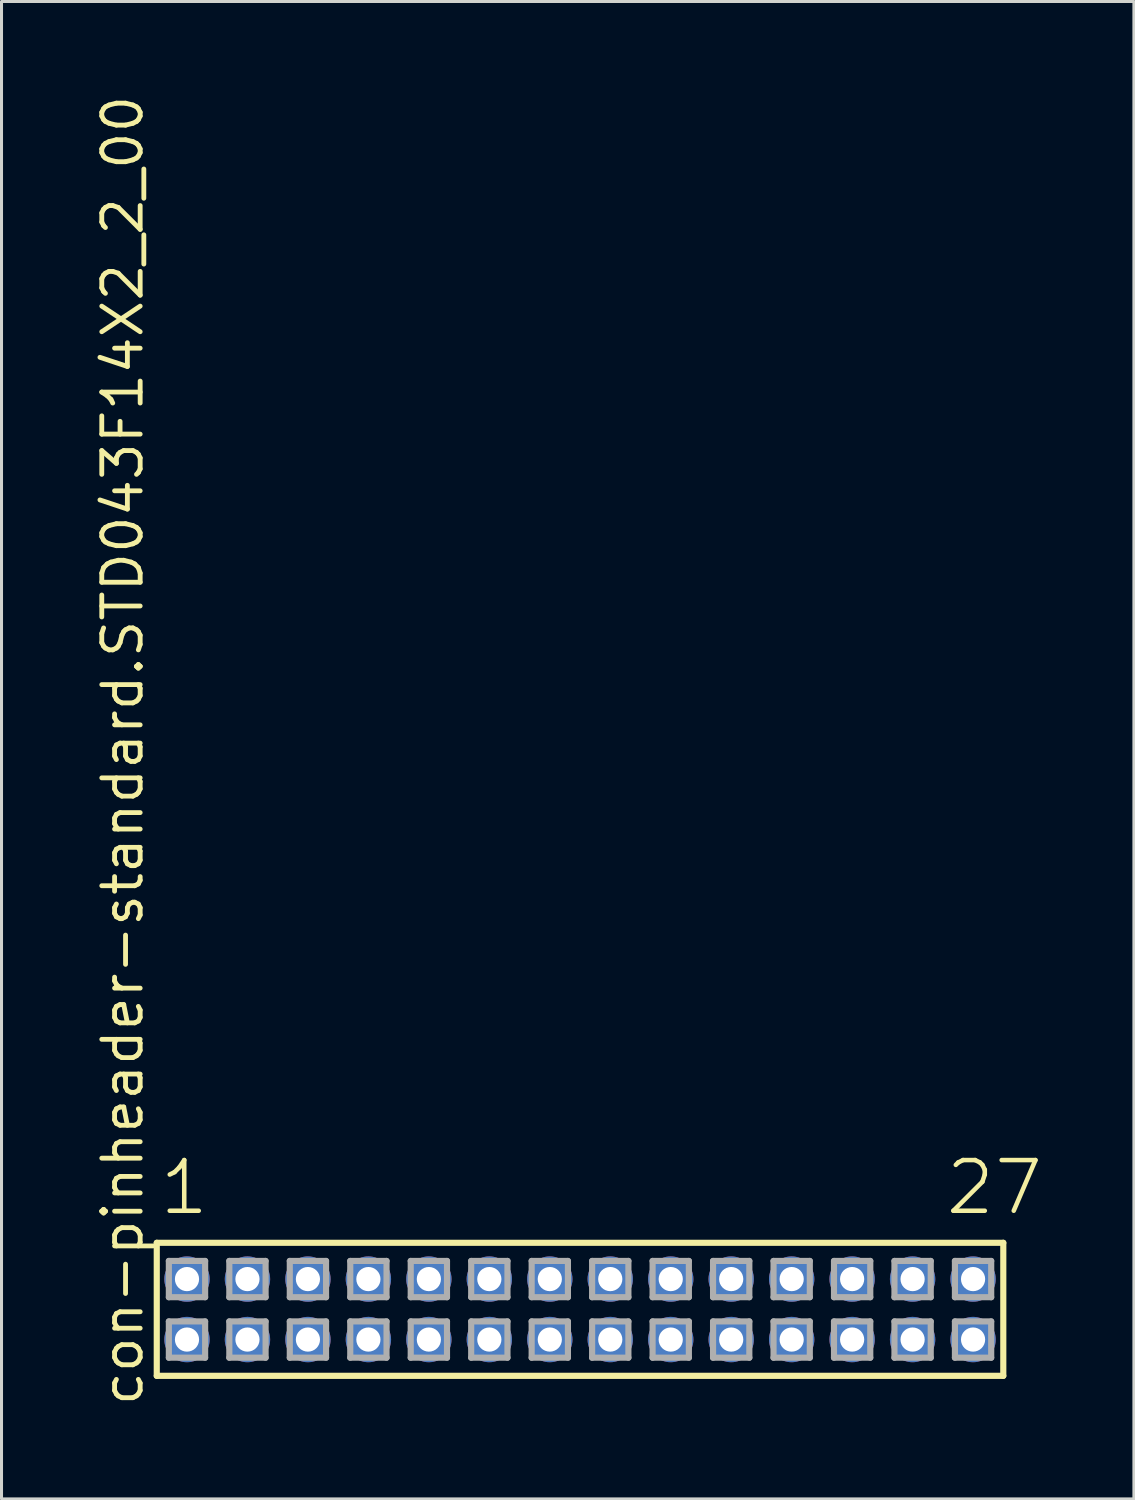
<source format=kicad_pcb>
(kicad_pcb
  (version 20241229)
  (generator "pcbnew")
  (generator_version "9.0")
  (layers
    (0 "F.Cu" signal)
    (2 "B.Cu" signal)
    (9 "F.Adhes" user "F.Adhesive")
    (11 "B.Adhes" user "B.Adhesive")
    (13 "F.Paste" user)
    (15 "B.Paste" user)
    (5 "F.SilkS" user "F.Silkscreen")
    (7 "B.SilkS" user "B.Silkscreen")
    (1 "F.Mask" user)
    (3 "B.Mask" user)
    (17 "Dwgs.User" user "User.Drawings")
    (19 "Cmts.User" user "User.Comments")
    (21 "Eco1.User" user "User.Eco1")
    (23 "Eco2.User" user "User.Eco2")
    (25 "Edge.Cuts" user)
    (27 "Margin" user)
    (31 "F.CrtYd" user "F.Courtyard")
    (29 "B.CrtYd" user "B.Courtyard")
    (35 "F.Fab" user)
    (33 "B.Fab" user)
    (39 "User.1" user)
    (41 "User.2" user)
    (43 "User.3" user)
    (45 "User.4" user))
  (footprint "con-pinheader-standard.STD043F14X2_2_00"
    (layer "F.Cu")
    (at 16.135 40.257)
    (property "Reference" "con-pinheader-standard.STD043F14X2_2_00" (at -14.385 3.27 90) (layer "F.SilkS") (effects (font (size 1.27 1.27) (thickness 0.16)) (justify left bottom)))
    (attr through_hole)
    (fp_line (start -14 -2.2) (end 14 -2.2) (stroke (width 0.203) (type default)) (layer "F.SilkS"))
    (fp_line (start -14 2.2) (end -14 -2.2) (stroke (width 0.203) (type default)) (layer "F.SilkS"))
    (fp_line (start 14 -2.2) (end 14 2.2) (stroke (width 0.203) (type default)) (layer "F.SilkS"))
    (fp_line (start 14 2.2) (end -14 2.2) (stroke (width 0.203) (type default)) (layer "F.SilkS"))
    (fp_line (start -13.6 -1.6) (end -12.4 -1.6) (stroke (width 0.203) (type default)) (layer "F.Fab"))
    (fp_line (start -13.6 -0.4) (end -13.6 -1.6) (stroke (width 0.203) (type default)) (layer "F.Fab"))
    (fp_line (start -13.6 0.4) (end -12.4 0.4) (stroke (width 0.203) (type default)) (layer "F.Fab"))
    (fp_line (start -13.6 1.6) (end -13.6 0.4) (stroke (width 0.203) (type default)) (layer "F.Fab"))
    (fp_line (start -12.4 -1.6) (end -12.4 -0.4) (stroke (width 0.203) (type default)) (layer "F.Fab"))
    (fp_line (start -12.4 -0.4) (end -13.6 -0.4) (stroke (width 0.203) (type default)) (layer "F.Fab"))
    (fp_line (start -12.4 0.4) (end -12.4 1.6) (stroke (width 0.203) (type default)) (layer "F.Fab"))
    (fp_line (start -12.4 1.6) (end -13.6 1.6) (stroke (width 0.203) (type default)) (layer "F.Fab"))
    (fp_line (start -11.6 -1.6) (end -10.4 -1.6) (stroke (width 0.203) (type default)) (layer "F.Fab"))
    (fp_line (start -11.6 -0.4) (end -11.6 -1.6) (stroke (width 0.203) (type default)) (layer "F.Fab"))
    (fp_line (start -11.6 0.4) (end -10.4 0.4) (stroke (width 0.203) (type default)) (layer "F.Fab"))
    (fp_line (start -11.6 1.6) (end -11.6 0.4) (stroke (width 0.203) (type default)) (layer "F.Fab"))
    (fp_line (start -10.4 -1.6) (end -10.4 -0.4) (stroke (width 0.203) (type default)) (layer "F.Fab"))
    (fp_line (start -10.4 -0.4) (end -11.6 -0.4) (stroke (width 0.203) (type default)) (layer "F.Fab"))
    (fp_line (start -10.4 0.4) (end -10.4 1.6) (stroke (width 0.203) (type default)) (layer "F.Fab"))
    (fp_line (start -10.4 1.6) (end -11.6 1.6) (stroke (width 0.203) (type default)) (layer "F.Fab"))
    (fp_line (start -9.6 -1.6) (end -8.4 -1.6) (stroke (width 0.203) (type default)) (layer "F.Fab"))
    (fp_line (start -9.6 -0.4) (end -9.6 -1.6) (stroke (width 0.203) (type default)) (layer "F.Fab"))
    (fp_line (start -9.6 0.4) (end -8.4 0.4) (stroke (width 0.203) (type default)) (layer "F.Fab"))
    (fp_line (start -9.6 1.6) (end -9.6 0.4) (stroke (width 0.203) (type default)) (layer "F.Fab"))
    (fp_line (start -8.4 -1.6) (end -8.4 -0.4) (stroke (width 0.203) (type default)) (layer "F.Fab"))
    (fp_line (start -8.4 -0.4) (end -9.6 -0.4) (stroke (width 0.203) (type default)) (layer "F.Fab"))
    (fp_line (start -8.4 0.4) (end -8.4 1.6) (stroke (width 0.203) (type default)) (layer "F.Fab"))
    (fp_line (start -8.4 1.6) (end -9.6 1.6) (stroke (width 0.203) (type default)) (layer "F.Fab"))
    (fp_line (start -7.6 -1.6) (end -6.4 -1.6) (stroke (width 0.203) (type default)) (layer "F.Fab"))
    (fp_line (start -7.6 -0.4) (end -7.6 -1.6) (stroke (width 0.203) (type default)) (layer "F.Fab"))
    (fp_line (start -7.6 0.4) (end -6.4 0.4) (stroke (width 0.203) (type default)) (layer "F.Fab"))
    (fp_line (start -7.6 1.6) (end -7.6 0.4) (stroke (width 0.203) (type default)) (layer "F.Fab"))
    (fp_line (start -6.4 -1.6) (end -6.4 -0.4) (stroke (width 0.203) (type default)) (layer "F.Fab"))
    (fp_line (start -6.4 -0.4) (end -7.6 -0.4) (stroke (width 0.203) (type default)) (layer "F.Fab"))
    (fp_line (start -6.4 0.4) (end -6.4 1.6) (stroke (width 0.203) (type default)) (layer "F.Fab"))
    (fp_line (start -6.4 1.6) (end -7.6 1.6) (stroke (width 0.203) (type default)) (layer "F.Fab"))
    (fp_line (start -5.6 -1.6) (end -4.4 -1.6) (stroke (width 0.203) (type default)) (layer "F.Fab"))
    (fp_line (start -5.6 -0.4) (end -5.6 -1.6) (stroke (width 0.203) (type default)) (layer "F.Fab"))
    (fp_line (start -5.6 0.4) (end -4.4 0.4) (stroke (width 0.203) (type default)) (layer "F.Fab"))
    (fp_line (start -5.6 1.6) (end -5.6 0.4) (stroke (width 0.203) (type default)) (layer "F.Fab"))
    (fp_line (start -4.4 -1.6) (end -4.4 -0.4) (stroke (width 0.203) (type default)) (layer "F.Fab"))
    (fp_line (start -4.4 -0.4) (end -5.6 -0.4) (stroke (width 0.203) (type default)) (layer "F.Fab"))
    (fp_line (start -4.4 0.4) (end -4.4 1.6) (stroke (width 0.203) (type default)) (layer "F.Fab"))
    (fp_line (start -4.4 1.6) (end -5.6 1.6) (stroke (width 0.203) (type default)) (layer "F.Fab"))
    (fp_line (start -3.6 -1.6) (end -2.4 -1.6) (stroke (width 0.203) (type default)) (layer "F.Fab"))
    (fp_line (start -3.6 -0.4) (end -3.6 -1.6) (stroke (width 0.203) (type default)) (layer "F.Fab"))
    (fp_line (start -3.6 0.4) (end -2.4 0.4) (stroke (width 0.203) (type default)) (layer "F.Fab"))
    (fp_line (start -3.6 1.6) (end -3.6 0.4) (stroke (width 0.203) (type default)) (layer "F.Fab"))
    (fp_line (start -2.4 -1.6) (end -2.4 -0.4) (stroke (width 0.203) (type default)) (layer "F.Fab"))
    (fp_line (start -2.4 -0.4) (end -3.6 -0.4) (stroke (width 0.203) (type default)) (layer "F.Fab"))
    (fp_line (start -2.4 0.4) (end -2.4 1.6) (stroke (width 0.203) (type default)) (layer "F.Fab"))
    (fp_line (start -2.4 1.6) (end -3.6 1.6) (stroke (width 0.203) (type default)) (layer "F.Fab"))
    (fp_line (start -1.6 -1.6) (end -0.4 -1.6) (stroke (width 0.203) (type default)) (layer "F.Fab"))
    (fp_line (start -1.6 -0.4) (end -1.6 -1.6) (stroke (width 0.203) (type default)) (layer "F.Fab"))
    (fp_line (start -1.6 0.4) (end -0.4 0.4) (stroke (width 0.203) (type default)) (layer "F.Fab"))
    (fp_line (start -1.6 1.6) (end -1.6 0.4) (stroke (width 0.203) (type default)) (layer "F.Fab"))
    (fp_line (start -0.4 -1.6) (end -0.4 -0.4) (stroke (width 0.203) (type default)) (layer "F.Fab"))
    (fp_line (start -0.4 -0.4) (end -1.6 -0.4) (stroke (width 0.203) (type default)) (layer "F.Fab"))
    (fp_line (start -0.4 0.4) (end -0.4 1.6) (stroke (width 0.203) (type default)) (layer "F.Fab"))
    (fp_line (start -0.4 1.6) (end -1.6 1.6) (stroke (width 0.203) (type default)) (layer "F.Fab"))
    (fp_line (start 0.4 -1.6) (end 1.6 -1.6) (stroke (width 0.203) (type default)) (layer "F.Fab"))
    (fp_line (start 0.4 -0.4) (end 0.4 -1.6) (stroke (width 0.203) (type default)) (layer "F.Fab"))
    (fp_line (start 0.4 0.4) (end 1.6 0.4) (stroke (width 0.203) (type default)) (layer "F.Fab"))
    (fp_line (start 0.4 1.6) (end 0.4 0.4) (stroke (width 0.203) (type default)) (layer "F.Fab"))
    (fp_line (start 1.6 -1.6) (end 1.6 -0.4) (stroke (width 0.203) (type default)) (layer "F.Fab"))
    (fp_line (start 1.6 -0.4) (end 0.4 -0.4) (stroke (width 0.203) (type default)) (layer "F.Fab"))
    (fp_line (start 1.6 0.4) (end 1.6 1.6) (stroke (width 0.203) (type default)) (layer "F.Fab"))
    (fp_line (start 1.6 1.6) (end 0.4 1.6) (stroke (width 0.203) (type default)) (layer "F.Fab"))
    (fp_line (start 2.4 -1.6) (end 3.6 -1.6) (stroke (width 0.203) (type default)) (layer "F.Fab"))
    (fp_line (start 2.4 -0.4) (end 2.4 -1.6) (stroke (width 0.203) (type default)) (layer "F.Fab"))
    (fp_line (start 2.4 0.4) (end 3.6 0.4) (stroke (width 0.203) (type default)) (layer "F.Fab"))
    (fp_line (start 2.4 1.6) (end 2.4 0.4) (stroke (width 0.203) (type default)) (layer "F.Fab"))
    (fp_line (start 3.6 -1.6) (end 3.6 -0.4) (stroke (width 0.203) (type default)) (layer "F.Fab"))
    (fp_line (start 3.6 -0.4) (end 2.4 -0.4) (stroke (width 0.203) (type default)) (layer "F.Fab"))
    (fp_line (start 3.6 0.4) (end 3.6 1.6) (stroke (width 0.203) (type default)) (layer "F.Fab"))
    (fp_line (start 3.6 1.6) (end 2.4 1.6) (stroke (width 0.203) (type default)) (layer "F.Fab"))
    (fp_line (start 4.4 -1.6) (end 5.6 -1.6) (stroke (width 0.203) (type default)) (layer "F.Fab"))
    (fp_line (start 4.4 -0.4) (end 4.4 -1.6) (stroke (width 0.203) (type default)) (layer "F.Fab"))
    (fp_line (start 4.4 0.4) (end 5.6 0.4) (stroke (width 0.203) (type default)) (layer "F.Fab"))
    (fp_line (start 4.4 1.6) (end 4.4 0.4) (stroke (width 0.203) (type default)) (layer "F.Fab"))
    (fp_line (start 5.6 -1.6) (end 5.6 -0.4) (stroke (width 0.203) (type default)) (layer "F.Fab"))
    (fp_line (start 5.6 -0.4) (end 4.4 -0.4) (stroke (width 0.203) (type default)) (layer "F.Fab"))
    (fp_line (start 5.6 0.4) (end 5.6 1.6) (stroke (width 0.203) (type default)) (layer "F.Fab"))
    (fp_line (start 5.6 1.6) (end 4.4 1.6) (stroke (width 0.203) (type default)) (layer "F.Fab"))
    (fp_line (start 6.4 -1.6) (end 7.6 -1.6) (stroke (width 0.203) (type default)) (layer "F.Fab"))
    (fp_line (start 6.4 -0.4) (end 6.4 -1.6) (stroke (width 0.203) (type default)) (layer "F.Fab"))
    (fp_line (start 6.4 0.4) (end 7.6 0.4) (stroke (width 0.203) (type default)) (layer "F.Fab"))
    (fp_line (start 6.4 1.6) (end 6.4 0.4) (stroke (width 0.203) (type default)) (layer "F.Fab"))
    (fp_line (start 7.6 -1.6) (end 7.6 -0.4) (stroke (width 0.203) (type default)) (layer "F.Fab"))
    (fp_line (start 7.6 -0.4) (end 6.4 -0.4) (stroke (width 0.203) (type default)) (layer "F.Fab"))
    (fp_line (start 7.6 0.4) (end 7.6 1.6) (stroke (width 0.203) (type default)) (layer "F.Fab"))
    (fp_line (start 7.6 1.6) (end 6.4 1.6) (stroke (width 0.203) (type default)) (layer "F.Fab"))
    (fp_line (start 8.4 -1.6) (end 9.6 -1.6) (stroke (width 0.203) (type default)) (layer "F.Fab"))
    (fp_line (start 8.4 -0.4) (end 8.4 -1.6) (stroke (width 0.203) (type default)) (layer "F.Fab"))
    (fp_line (start 8.4 0.4) (end 9.6 0.4) (stroke (width 0.203) (type default)) (layer "F.Fab"))
    (fp_line (start 8.4 1.6) (end 8.4 0.4) (stroke (width 0.203) (type default)) (layer "F.Fab"))
    (fp_line (start 9.6 -1.6) (end 9.6 -0.4) (stroke (width 0.203) (type default)) (layer "F.Fab"))
    (fp_line (start 9.6 -0.4) (end 8.4 -0.4) (stroke (width 0.203) (type default)) (layer "F.Fab"))
    (fp_line (start 9.6 0.4) (end 9.6 1.6) (stroke (width 0.203) (type default)) (layer "F.Fab"))
    (fp_line (start 9.6 1.6) (end 8.4 1.6) (stroke (width 0.203) (type default)) (layer "F.Fab"))
    (fp_line (start 10.4 -1.6) (end 11.6 -1.6) (stroke (width 0.203) (type default)) (layer "F.Fab"))
    (fp_line (start 10.4 -0.4) (end 10.4 -1.6) (stroke (width 0.203) (type default)) (layer "F.Fab"))
    (fp_line (start 10.4 0.4) (end 11.6 0.4) (stroke (width 0.203) (type default)) (layer "F.Fab"))
    (fp_line (start 10.4 1.6) (end 10.4 0.4) (stroke (width 0.203) (type default)) (layer "F.Fab"))
    (fp_line (start 11.6 -1.6) (end 11.6 -0.4) (stroke (width 0.203) (type default)) (layer "F.Fab"))
    (fp_line (start 11.6 -0.4) (end 10.4 -0.4) (stroke (width 0.203) (type default)) (layer "F.Fab"))
    (fp_line (start 11.6 0.4) (end 11.6 1.6) (stroke (width 0.203) (type default)) (layer "F.Fab"))
    (fp_line (start 11.6 1.6) (end 10.4 1.6) (stroke (width 0.203) (type default)) (layer "F.Fab"))
    (fp_line (start 12.4 -1.6) (end 13.6 -1.6) (stroke (width 0.203) (type default)) (layer "F.Fab"))
    (fp_line (start 12.4 -0.4) (end 12.4 -1.6) (stroke (width 0.203) (type default)) (layer "F.Fab"))
    (fp_line (start 12.4 0.4) (end 13.6 0.4) (stroke (width 0.203) (type default)) (layer "F.Fab"))
    (fp_line (start 12.4 1.6) (end 12.4 0.4) (stroke (width 0.203) (type default)) (layer "F.Fab"))
    (fp_line (start 13.6 -1.6) (end 13.6 -0.4) (stroke (width 0.203) (type default)) (layer "F.Fab"))
    (fp_line (start 13.6 -0.4) (end 12.4 -0.4) (stroke (width 0.203) (type default)) (layer "F.Fab"))
    (fp_line (start 13.6 0.4) (end 13.6 1.6) (stroke (width 0.203) (type default)) (layer "F.Fab"))
    (fp_line (start 13.6 1.6) (end 12.4 1.6) (stroke (width 0.203) (type default)) (layer "F.Fab"))
    (fp_text user "1" (at -13.988 -3.048 0) (layer "F.SilkS") (effects (font (size 1.676 1.676) (thickness 0.15)) (justify left bottom)))
    (fp_text user "27" (at 12.012 -3.048 0) (layer "F.SilkS") (effects (font (size 1.676 1.676) (thickness 0.15)) (justify left bottom)))
    (pad "1" thru_hole circle (at -13 -1) (size 1.5 1.5) (drill 0.8) (layers "*.Cu" "*.Mask"))
    (pad "2" thru_hole circle (at -13 1) (size 1.5 1.5) (drill 0.8) (layers "*.Cu" "*.Mask"))
    (pad "3" thru_hole circle (at -11 -1) (size 1.5 1.5) (drill 0.8) (layers "*.Cu" "*.Mask"))
    (pad "4" thru_hole circle (at -11 1) (size 1.5 1.5) (drill 0.8) (layers "*.Cu" "*.Mask"))
    (pad "5" thru_hole circle (at -9 -1) (size 1.5 1.5) (drill 0.8) (layers "*.Cu" "*.Mask"))
    (pad "6" thru_hole circle (at -9 1) (size 1.5 1.5) (drill 0.8) (layers "*.Cu" "*.Mask"))
    (pad "7" thru_hole circle (at -7 -1) (size 1.5 1.5) (drill 0.8) (layers "*.Cu" "*.Mask"))
    (pad "8" thru_hole circle (at -7 1) (size 1.5 1.5) (drill 0.8) (layers "*.Cu" "*.Mask"))
    (pad "9" thru_hole circle (at -5 -1) (size 1.5 1.5) (drill 0.8) (layers "*.Cu" "*.Mask"))
    (pad "10" thru_hole circle (at -5 1) (size 1.5 1.5) (drill 0.8) (layers "*.Cu" "*.Mask"))
    (pad "11" thru_hole circle (at -3 -1) (size 1.5 1.5) (drill 0.8) (layers "*.Cu" "*.Mask"))
    (pad "12" thru_hole circle (at -3 1) (size 1.5 1.5) (drill 0.8) (layers "*.Cu" "*.Mask"))
    (pad "13" thru_hole circle (at -1 -1) (size 1.5 1.5) (drill 0.8) (layers "*.Cu" "*.Mask"))
    (pad "14" thru_hole circle (at -1 1) (size 1.5 1.5) (drill 0.8) (layers "*.Cu" "*.Mask"))
    (pad "15" thru_hole circle (at 1 -1) (size 1.5 1.5) (drill 0.8) (layers "*.Cu" "*.Mask"))
    (pad "16" thru_hole circle (at 1 1) (size 1.5 1.5) (drill 0.8) (layers "*.Cu" "*.Mask"))
    (pad "17" thru_hole circle (at 3 -1) (size 1.5 1.5) (drill 0.8) (layers "*.Cu" "*.Mask"))
    (pad "18" thru_hole circle (at 3 1) (size 1.5 1.5) (drill 0.8) (layers "*.Cu" "*.Mask"))
    (pad "19" thru_hole circle (at 5 -1) (size 1.5 1.5) (drill 0.8) (layers "*.Cu" "*.Mask"))
    (pad "20" thru_hole circle (at 5 1) (size 1.5 1.5) (drill 0.8) (layers "*.Cu" "*.Mask"))
    (pad "21" thru_hole circle (at 7 -1) (size 1.5 1.5) (drill 0.8) (layers "*.Cu" "*.Mask"))
    (pad "22" thru_hole circle (at 7 1) (size 1.5 1.5) (drill 0.8) (layers "*.Cu" "*.Mask"))
    (pad "23" thru_hole circle (at 9 -1) (size 1.5 1.5) (drill 0.8) (layers "*.Cu" "*.Mask"))
    (pad "24" thru_hole circle (at 9 1) (size 1.5 1.5) (drill 0.8) (layers "*.Cu" "*.Mask"))
    (pad "25" thru_hole circle (at 11 -1) (size 1.5 1.5) (drill 0.8) (layers "*.Cu" "*.Mask"))
    (pad "26" thru_hole circle (at 11 1) (size 1.5 1.5) (drill 0.8) (layers "*.Cu" "*.Mask"))
    (pad "27" thru_hole circle (at 13 -1) (size 1.5 1.5) (drill 0.8) (layers "*.Cu" "*.Mask"))
    (pad "28" thru_hole circle (at 13 1) (size 1.5 1.5) (drill 0.8) (layers "*.Cu" "*.Mask")))
  (gr_rect
    (start -3 -3)
    (end 34.455 46.527)
    (stroke (width 0.1) (type default))
    (fill no)
    (layer "Edge.Cuts")))
</source>
